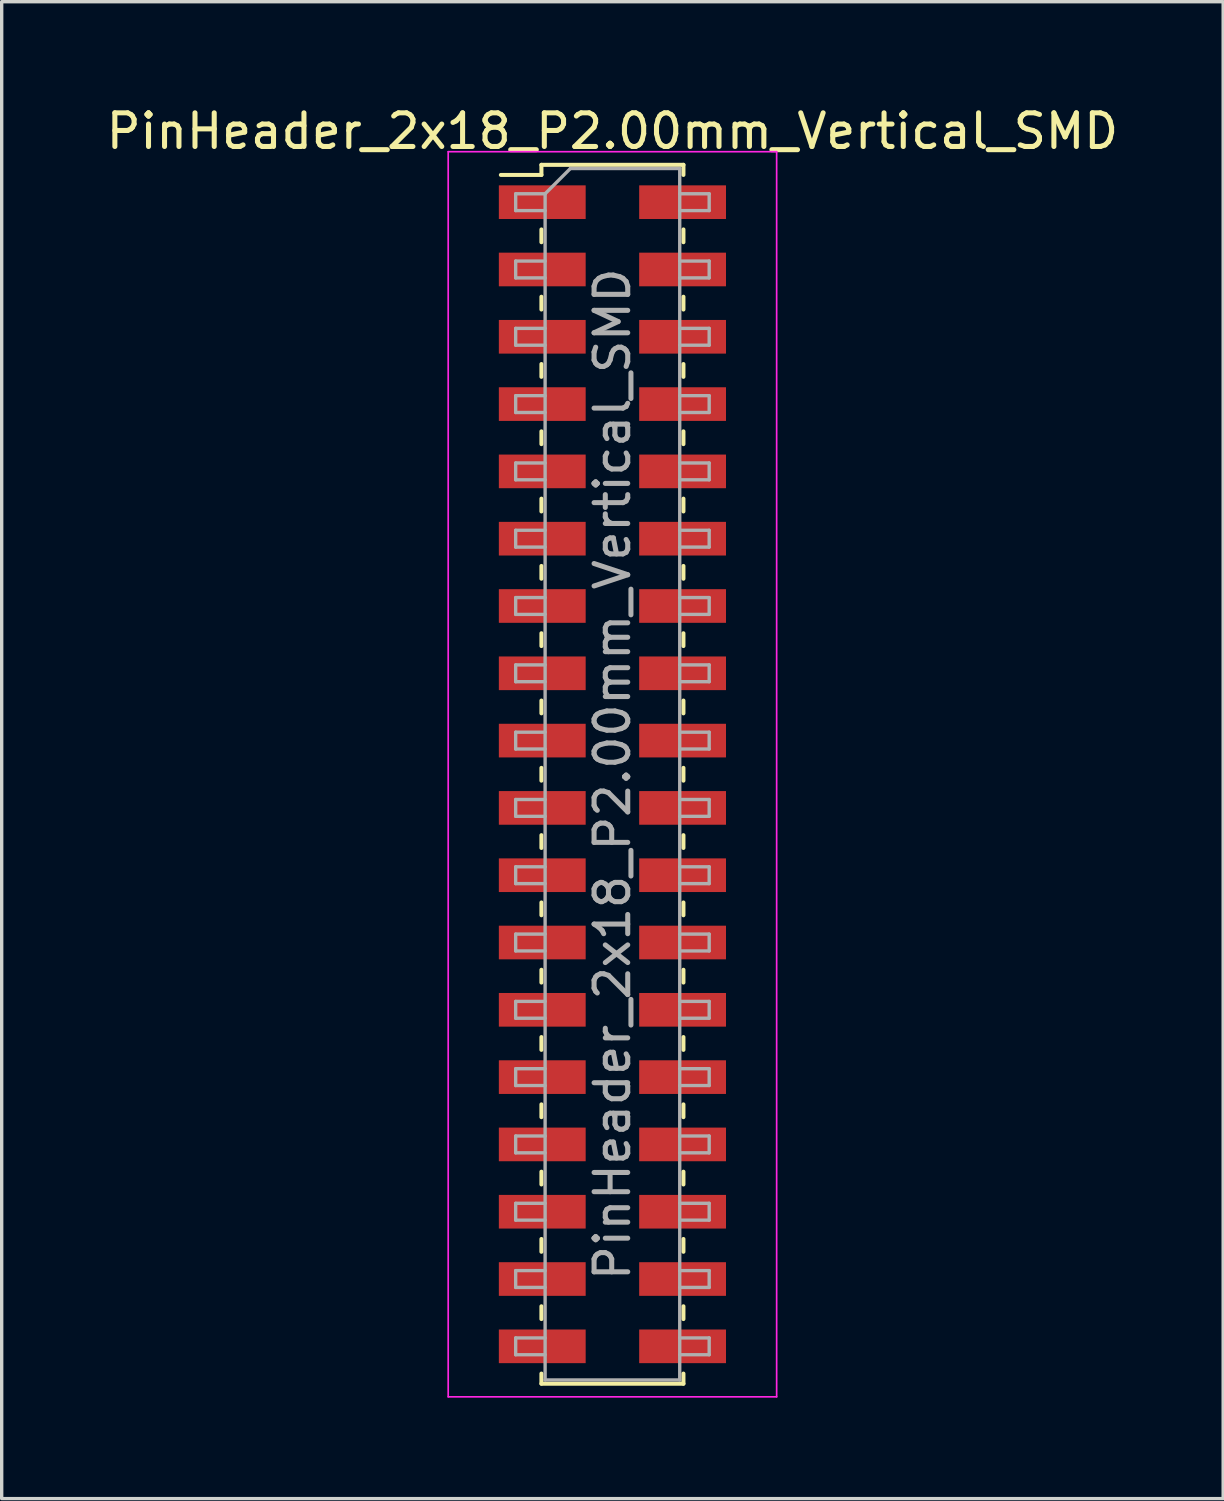
<source format=kicad_pcb>
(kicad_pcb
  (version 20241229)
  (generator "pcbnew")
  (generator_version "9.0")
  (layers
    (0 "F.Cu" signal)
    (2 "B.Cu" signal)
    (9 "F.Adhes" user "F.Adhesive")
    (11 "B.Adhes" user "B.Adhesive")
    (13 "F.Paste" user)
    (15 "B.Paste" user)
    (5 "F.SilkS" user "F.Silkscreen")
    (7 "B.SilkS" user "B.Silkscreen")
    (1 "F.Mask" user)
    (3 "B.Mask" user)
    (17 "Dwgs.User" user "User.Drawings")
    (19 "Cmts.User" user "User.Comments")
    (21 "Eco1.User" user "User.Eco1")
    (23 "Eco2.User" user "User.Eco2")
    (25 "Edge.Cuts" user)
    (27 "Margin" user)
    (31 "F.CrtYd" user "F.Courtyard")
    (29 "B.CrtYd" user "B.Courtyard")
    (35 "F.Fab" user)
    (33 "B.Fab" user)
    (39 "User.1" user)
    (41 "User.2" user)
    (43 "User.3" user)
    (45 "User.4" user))
  (footprint "PinHeader_2x18_P2.00mm_Vertical_SMD"
    (layer "F.Cu")
    (at 15.149 19.958)
    (property "Reference" "PinHeader_2x18_P2.00mm_Vertical_SMD" (at 0 -19.11 0) (layer "F.SilkS") (effects (font (size 1 1) (thickness 0.15))))
    (attr smd)
    (fp_line (start -3.315 -17.81) (end -2.11 -17.81) (stroke (width 0.12) (type solid)) (layer "F.SilkS"))
    (fp_line (start -2.11 -18.11) (end -2.11 -17.81) (stroke (width 0.12) (type solid)) (layer "F.SilkS"))
    (fp_line (start -2.11 -18.11) (end 2.11 -18.11) (stroke (width 0.12) (type solid)) (layer "F.SilkS"))
    (fp_line (start -2.11 -16.19) (end -2.11 -15.81) (stroke (width 0.12) (type solid)) (layer "F.SilkS"))
    (fp_line (start -2.11 -14.19) (end -2.11 -13.81) (stroke (width 0.12) (type solid)) (layer "F.SilkS"))
    (fp_line (start -2.11 -12.19) (end -2.11 -11.81) (stroke (width 0.12) (type solid)) (layer "F.SilkS"))
    (fp_line (start -2.11 -10.19) (end -2.11 -9.81) (stroke (width 0.12) (type solid)) (layer "F.SilkS"))
    (fp_line (start -2.11 -8.19) (end -2.11 -7.81) (stroke (width 0.12) (type solid)) (layer "F.SilkS"))
    (fp_line (start -2.11 -6.19) (end -2.11 -5.81) (stroke (width 0.12) (type solid)) (layer "F.SilkS"))
    (fp_line (start -2.11 -4.19) (end -2.11 -3.81) (stroke (width 0.12) (type solid)) (layer "F.SilkS"))
    (fp_line (start -2.11 -2.19) (end -2.11 -1.81) (stroke (width 0.12) (type solid)) (layer "F.SilkS"))
    (fp_line (start -2.11 -0.19) (end -2.11 0.19) (stroke (width 0.12) (type solid)) (layer "F.SilkS"))
    (fp_line (start -2.11 1.81) (end -2.11 2.19) (stroke (width 0.12) (type solid)) (layer "F.SilkS"))
    (fp_line (start -2.11 3.81) (end -2.11 4.19) (stroke (width 0.12) (type solid)) (layer "F.SilkS"))
    (fp_line (start -2.11 5.81) (end -2.11 6.19) (stroke (width 0.12) (type solid)) (layer "F.SilkS"))
    (fp_line (start -2.11 7.81) (end -2.11 8.19) (stroke (width 0.12) (type solid)) (layer "F.SilkS"))
    (fp_line (start -2.11 9.81) (end -2.11 10.19) (stroke (width 0.12) (type solid)) (layer "F.SilkS"))
    (fp_line (start -2.11 11.81) (end -2.11 12.19) (stroke (width 0.12) (type solid)) (layer "F.SilkS"))
    (fp_line (start -2.11 13.81) (end -2.11 14.19) (stroke (width 0.12) (type solid)) (layer "F.SilkS"))
    (fp_line (start -2.11 15.81) (end -2.11 16.19) (stroke (width 0.12) (type solid)) (layer "F.SilkS"))
    (fp_line (start -2.11 17.81) (end -2.11 18.11) (stroke (width 0.12) (type solid)) (layer "F.SilkS"))
    (fp_line (start -2.11 18.11) (end 2.11 18.11) (stroke (width 0.12) (type solid)) (layer "F.SilkS"))
    (fp_line (start 2.11 -18.11) (end 2.11 -17.81) (stroke (width 0.12) (type solid)) (layer "F.SilkS"))
    (fp_line (start 2.11 -16.19) (end 2.11 -15.81) (stroke (width 0.12) (type solid)) (layer "F.SilkS"))
    (fp_line (start 2.11 -14.19) (end 2.11 -13.81) (stroke (width 0.12) (type solid)) (layer "F.SilkS"))
    (fp_line (start 2.11 -12.19) (end 2.11 -11.81) (stroke (width 0.12) (type solid)) (layer "F.SilkS"))
    (fp_line (start 2.11 -10.19) (end 2.11 -9.81) (stroke (width 0.12) (type solid)) (layer "F.SilkS"))
    (fp_line (start 2.11 -8.19) (end 2.11 -7.81) (stroke (width 0.12) (type solid)) (layer "F.SilkS"))
    (fp_line (start 2.11 -6.19) (end 2.11 -5.81) (stroke (width 0.12) (type solid)) (layer "F.SilkS"))
    (fp_line (start 2.11 -4.19) (end 2.11 -3.81) (stroke (width 0.12) (type solid)) (layer "F.SilkS"))
    (fp_line (start 2.11 -2.19) (end 2.11 -1.81) (stroke (width 0.12) (type solid)) (layer "F.SilkS"))
    (fp_line (start 2.11 -0.19) (end 2.11 0.19) (stroke (width 0.12) (type solid)) (layer "F.SilkS"))
    (fp_line (start 2.11 1.81) (end 2.11 2.19) (stroke (width 0.12) (type solid)) (layer "F.SilkS"))
    (fp_line (start 2.11 3.81) (end 2.11 4.19) (stroke (width 0.12) (type solid)) (layer "F.SilkS"))
    (fp_line (start 2.11 5.81) (end 2.11 6.19) (stroke (width 0.12) (type solid)) (layer "F.SilkS"))
    (fp_line (start 2.11 7.81) (end 2.11 8.19) (stroke (width 0.12) (type solid)) (layer "F.SilkS"))
    (fp_line (start 2.11 9.81) (end 2.11 10.19) (stroke (width 0.12) (type solid)) (layer "F.SilkS"))
    (fp_line (start 2.11 11.81) (end 2.11 12.19) (stroke (width 0.12) (type solid)) (layer "F.SilkS"))
    (fp_line (start 2.11 13.81) (end 2.11 14.19) (stroke (width 0.12) (type solid)) (layer "F.SilkS"))
    (fp_line (start 2.11 15.81) (end 2.11 16.19) (stroke (width 0.12) (type solid)) (layer "F.SilkS"))
    (fp_line (start 2.11 17.81) (end 2.11 18.11) (stroke (width 0.12) (type solid)) (layer "F.SilkS"))
    (fp_line (start -4.88 -18.5) (end -4.88 18.5) (stroke (width 0.05) (type solid)) (layer "F.CrtYd"))
    (fp_line (start -4.88 18.5) (end 4.88 18.5) (stroke (width 0.05) (type solid)) (layer "F.CrtYd"))
    (fp_line (start 4.88 -18.5) (end -4.88 -18.5) (stroke (width 0.05) (type solid)) (layer "F.CrtYd"))
    (fp_line (start 4.88 18.5) (end 4.88 -18.5) (stroke (width 0.05) (type solid)) (layer "F.CrtYd"))
    (fp_line (start -2.875 -17.25) (end -2.875 -16.75) (stroke (width 0.1) (type solid)) (layer "F.Fab"))
    (fp_line (start -2.875 -16.75) (end -2 -16.75) (stroke (width 0.1) (type solid)) (layer "F.Fab"))
    (fp_line (start -2.875 -15.25) (end -2.875 -14.75) (stroke (width 0.1) (type solid)) (layer "F.Fab"))
    (fp_line (start -2.875 -14.75) (end -2 -14.75) (stroke (width 0.1) (type solid)) (layer "F.Fab"))
    (fp_line (start -2.875 -13.25) (end -2.875 -12.75) (stroke (width 0.1) (type solid)) (layer "F.Fab"))
    (fp_line (start -2.875 -12.75) (end -2 -12.75) (stroke (width 0.1) (type solid)) (layer "F.Fab"))
    (fp_line (start -2.875 -11.25) (end -2.875 -10.75) (stroke (width 0.1) (type solid)) (layer "F.Fab"))
    (fp_line (start -2.875 -10.75) (end -2 -10.75) (stroke (width 0.1) (type solid)) (layer "F.Fab"))
    (fp_line (start -2.875 -9.25) (end -2.875 -8.75) (stroke (width 0.1) (type solid)) (layer "F.Fab"))
    (fp_line (start -2.875 -8.75) (end -2 -8.75) (stroke (width 0.1) (type solid)) (layer "F.Fab"))
    (fp_line (start -2.875 -7.25) (end -2.875 -6.75) (stroke (width 0.1) (type solid)) (layer "F.Fab"))
    (fp_line (start -2.875 -6.75) (end -2 -6.75) (stroke (width 0.1) (type solid)) (layer "F.Fab"))
    (fp_line (start -2.875 -5.25) (end -2.875 -4.75) (stroke (width 0.1) (type solid)) (layer "F.Fab"))
    (fp_line (start -2.875 -4.75) (end -2 -4.75) (stroke (width 0.1) (type solid)) (layer "F.Fab"))
    (fp_line (start -2.875 -3.25) (end -2.875 -2.75) (stroke (width 0.1) (type solid)) (layer "F.Fab"))
    (fp_line (start -2.875 -2.75) (end -2 -2.75) (stroke (width 0.1) (type solid)) (layer "F.Fab"))
    (fp_line (start -2.875 -1.25) (end -2.875 -0.75) (stroke (width 0.1) (type solid)) (layer "F.Fab"))
    (fp_line (start -2.875 -0.75) (end -2 -0.75) (stroke (width 0.1) (type solid)) (layer "F.Fab"))
    (fp_line (start -2.875 0.75) (end -2.875 1.25) (stroke (width 0.1) (type solid)) (layer "F.Fab"))
    (fp_line (start -2.875 1.25) (end -2 1.25) (stroke (width 0.1) (type solid)) (layer "F.Fab"))
    (fp_line (start -2.875 2.75) (end -2.875 3.25) (stroke (width 0.1) (type solid)) (layer "F.Fab"))
    (fp_line (start -2.875 3.25) (end -2 3.25) (stroke (width 0.1) (type solid)) (layer "F.Fab"))
    (fp_line (start -2.875 4.75) (end -2.875 5.25) (stroke (width 0.1) (type solid)) (layer "F.Fab"))
    (fp_line (start -2.875 5.25) (end -2 5.25) (stroke (width 0.1) (type solid)) (layer "F.Fab"))
    (fp_line (start -2.875 6.75) (end -2.875 7.25) (stroke (width 0.1) (type solid)) (layer "F.Fab"))
    (fp_line (start -2.875 7.25) (end -2 7.25) (stroke (width 0.1) (type solid)) (layer "F.Fab"))
    (fp_line (start -2.875 8.75) (end -2.875 9.25) (stroke (width 0.1) (type solid)) (layer "F.Fab"))
    (fp_line (start -2.875 9.25) (end -2 9.25) (stroke (width 0.1) (type solid)) (layer "F.Fab"))
    (fp_line (start -2.875 10.75) (end -2.875 11.25) (stroke (width 0.1) (type solid)) (layer "F.Fab"))
    (fp_line (start -2.875 11.25) (end -2 11.25) (stroke (width 0.1) (type solid)) (layer "F.Fab"))
    (fp_line (start -2.875 12.75) (end -2.875 13.25) (stroke (width 0.1) (type solid)) (layer "F.Fab"))
    (fp_line (start -2.875 13.25) (end -2 13.25) (stroke (width 0.1) (type solid)) (layer "F.Fab"))
    (fp_line (start -2.875 14.75) (end -2.875 15.25) (stroke (width 0.1) (type solid)) (layer "F.Fab"))
    (fp_line (start -2.875 15.25) (end -2 15.25) (stroke (width 0.1) (type solid)) (layer "F.Fab"))
    (fp_line (start -2.875 16.75) (end -2.875 17.25) (stroke (width 0.1) (type solid)) (layer "F.Fab"))
    (fp_line (start -2.875 17.25) (end -2 17.25) (stroke (width 0.1) (type solid)) (layer "F.Fab"))
    (fp_line (start -2 -17.25) (end -2.875 -17.25) (stroke (width 0.1) (type solid)) (layer "F.Fab"))
    (fp_line (start -2 -17.25) (end -1.25 -18) (stroke (width 0.1) (type solid)) (layer "F.Fab"))
    (fp_line (start -2 -15.25) (end -2.875 -15.25) (stroke (width 0.1) (type solid)) (layer "F.Fab"))
    (fp_line (start -2 -13.25) (end -2.875 -13.25) (stroke (width 0.1) (type solid)) (layer "F.Fab"))
    (fp_line (start -2 -11.25) (end -2.875 -11.25) (stroke (width 0.1) (type solid)) (layer "F.Fab"))
    (fp_line (start -2 -9.25) (end -2.875 -9.25) (stroke (width 0.1) (type solid)) (layer "F.Fab"))
    (fp_line (start -2 -7.25) (end -2.875 -7.25) (stroke (width 0.1) (type solid)) (layer "F.Fab"))
    (fp_line (start -2 -5.25) (end -2.875 -5.25) (stroke (width 0.1) (type solid)) (layer "F.Fab"))
    (fp_line (start -2 -3.25) (end -2.875 -3.25) (stroke (width 0.1) (type solid)) (layer "F.Fab"))
    (fp_line (start -2 -1.25) (end -2.875 -1.25) (stroke (width 0.1) (type solid)) (layer "F.Fab"))
    (fp_line (start -2 0.75) (end -2.875 0.75) (stroke (width 0.1) (type solid)) (layer "F.Fab"))
    (fp_line (start -2 2.75) (end -2.875 2.75) (stroke (width 0.1) (type solid)) (layer "F.Fab"))
    (fp_line (start -2 4.75) (end -2.875 4.75) (stroke (width 0.1) (type solid)) (layer "F.Fab"))
    (fp_line (start -2 6.75) (end -2.875 6.75) (stroke (width 0.1) (type solid)) (layer "F.Fab"))
    (fp_line (start -2 8.75) (end -2.875 8.75) (stroke (width 0.1) (type solid)) (layer "F.Fab"))
    (fp_line (start -2 10.75) (end -2.875 10.75) (stroke (width 0.1) (type solid)) (layer "F.Fab"))
    (fp_line (start -2 12.75) (end -2.875 12.75) (stroke (width 0.1) (type solid)) (layer "F.Fab"))
    (fp_line (start -2 14.75) (end -2.875 14.75) (stroke (width 0.1) (type solid)) (layer "F.Fab"))
    (fp_line (start -2 16.75) (end -2.875 16.75) (stroke (width 0.1) (type solid)) (layer "F.Fab"))
    (fp_line (start -2 18) (end -2 -17.25) (stroke (width 0.1) (type solid)) (layer "F.Fab"))
    (fp_line (start -1.25 -18) (end 2 -18) (stroke (width 0.1) (type solid)) (layer "F.Fab"))
    (fp_line (start 2 -18) (end 2 18) (stroke (width 0.1) (type solid)) (layer "F.Fab"))
    (fp_line (start 2 -17.25) (end 2.875 -17.25) (stroke (width 0.1) (type solid)) (layer "F.Fab"))
    (fp_line (start 2 -15.25) (end 2.875 -15.25) (stroke (width 0.1) (type solid)) (layer "F.Fab"))
    (fp_line (start 2 -13.25) (end 2.875 -13.25) (stroke (width 0.1) (type solid)) (layer "F.Fab"))
    (fp_line (start 2 -11.25) (end 2.875 -11.25) (stroke (width 0.1) (type solid)) (layer "F.Fab"))
    (fp_line (start 2 -9.25) (end 2.875 -9.25) (stroke (width 0.1) (type solid)) (layer "F.Fab"))
    (fp_line (start 2 -7.25) (end 2.875 -7.25) (stroke (width 0.1) (type solid)) (layer "F.Fab"))
    (fp_line (start 2 -5.25) (end 2.875 -5.25) (stroke (width 0.1) (type solid)) (layer "F.Fab"))
    (fp_line (start 2 -3.25) (end 2.875 -3.25) (stroke (width 0.1) (type solid)) (layer "F.Fab"))
    (fp_line (start 2 -1.25) (end 2.875 -1.25) (stroke (width 0.1) (type solid)) (layer "F.Fab"))
    (fp_line (start 2 0.75) (end 2.875 0.75) (stroke (width 0.1) (type solid)) (layer "F.Fab"))
    (fp_line (start 2 2.75) (end 2.875 2.75) (stroke (width 0.1) (type solid)) (layer "F.Fab"))
    (fp_line (start 2 4.75) (end 2.875 4.75) (stroke (width 0.1) (type solid)) (layer "F.Fab"))
    (fp_line (start 2 6.75) (end 2.875 6.75) (stroke (width 0.1) (type solid)) (layer "F.Fab"))
    (fp_line (start 2 8.75) (end 2.875 8.75) (stroke (width 0.1) (type solid)) (layer "F.Fab"))
    (fp_line (start 2 10.75) (end 2.875 10.75) (stroke (width 0.1) (type solid)) (layer "F.Fab"))
    (fp_line (start 2 12.75) (end 2.875 12.75) (stroke (width 0.1) (type solid)) (layer "F.Fab"))
    (fp_line (start 2 14.75) (end 2.875 14.75) (stroke (width 0.1) (type solid)) (layer "F.Fab"))
    (fp_line (start 2 16.75) (end 2.875 16.75) (stroke (width 0.1) (type solid)) (layer "F.Fab"))
    (fp_line (start 2 18) (end -2 18) (stroke (width 0.1) (type solid)) (layer "F.Fab"))
    (fp_line (start 2.875 -17.25) (end 2.875 -16.75) (stroke (width 0.1) (type solid)) (layer "F.Fab"))
    (fp_line (start 2.875 -16.75) (end 2 -16.75) (stroke (width 0.1) (type solid)) (layer "F.Fab"))
    (fp_line (start 2.875 -15.25) (end 2.875 -14.75) (stroke (width 0.1) (type solid)) (layer "F.Fab"))
    (fp_line (start 2.875 -14.75) (end 2 -14.75) (stroke (width 0.1) (type solid)) (layer "F.Fab"))
    (fp_line (start 2.875 -13.25) (end 2.875 -12.75) (stroke (width 0.1) (type solid)) (layer "F.Fab"))
    (fp_line (start 2.875 -12.75) (end 2 -12.75) (stroke (width 0.1) (type solid)) (layer "F.Fab"))
    (fp_line (start 2.875 -11.25) (end 2.875 -10.75) (stroke (width 0.1) (type solid)) (layer "F.Fab"))
    (fp_line (start 2.875 -10.75) (end 2 -10.75) (stroke (width 0.1) (type solid)) (layer "F.Fab"))
    (fp_line (start 2.875 -9.25) (end 2.875 -8.75) (stroke (width 0.1) (type solid)) (layer "F.Fab"))
    (fp_line (start 2.875 -8.75) (end 2 -8.75) (stroke (width 0.1) (type solid)) (layer "F.Fab"))
    (fp_line (start 2.875 -7.25) (end 2.875 -6.75) (stroke (width 0.1) (type solid)) (layer "F.Fab"))
    (fp_line (start 2.875 -6.75) (end 2 -6.75) (stroke (width 0.1) (type solid)) (layer "F.Fab"))
    (fp_line (start 2.875 -5.25) (end 2.875 -4.75) (stroke (width 0.1) (type solid)) (layer "F.Fab"))
    (fp_line (start 2.875 -4.75) (end 2 -4.75) (stroke (width 0.1) (type solid)) (layer "F.Fab"))
    (fp_line (start 2.875 -3.25) (end 2.875 -2.75) (stroke (width 0.1) (type solid)) (layer "F.Fab"))
    (fp_line (start 2.875 -2.75) (end 2 -2.75) (stroke (width 0.1) (type solid)) (layer "F.Fab"))
    (fp_line (start 2.875 -1.25) (end 2.875 -0.75) (stroke (width 0.1) (type solid)) (layer "F.Fab"))
    (fp_line (start 2.875 -0.75) (end 2 -0.75) (stroke (width 0.1) (type solid)) (layer "F.Fab"))
    (fp_line (start 2.875 0.75) (end 2.875 1.25) (stroke (width 0.1) (type solid)) (layer "F.Fab"))
    (fp_line (start 2.875 1.25) (end 2 1.25) (stroke (width 0.1) (type solid)) (layer "F.Fab"))
    (fp_line (start 2.875 2.75) (end 2.875 3.25) (stroke (width 0.1) (type solid)) (layer "F.Fab"))
    (fp_line (start 2.875 3.25) (end 2 3.25) (stroke (width 0.1) (type solid)) (layer "F.Fab"))
    (fp_line (start 2.875 4.75) (end 2.875 5.25) (stroke (width 0.1) (type solid)) (layer "F.Fab"))
    (fp_line (start 2.875 5.25) (end 2 5.25) (stroke (width 0.1) (type solid)) (layer "F.Fab"))
    (fp_line (start 2.875 6.75) (end 2.875 7.25) (stroke (width 0.1) (type solid)) (layer "F.Fab"))
    (fp_line (start 2.875 7.25) (end 2 7.25) (stroke (width 0.1) (type solid)) (layer "F.Fab"))
    (fp_line (start 2.875 8.75) (end 2.875 9.25) (stroke (width 0.1) (type solid)) (layer "F.Fab"))
    (fp_line (start 2.875 9.25) (end 2 9.25) (stroke (width 0.1) (type solid)) (layer "F.Fab"))
    (fp_line (start 2.875 10.75) (end 2.875 11.25) (stroke (width 0.1) (type solid)) (layer "F.Fab"))
    (fp_line (start 2.875 11.25) (end 2 11.25) (stroke (width 0.1) (type solid)) (layer "F.Fab"))
    (fp_line (start 2.875 12.75) (end 2.875 13.25) (stroke (width 0.1) (type solid)) (layer "F.Fab"))
    (fp_line (start 2.875 13.25) (end 2 13.25) (stroke (width 0.1) (type solid)) (layer "F.Fab"))
    (fp_line (start 2.875 14.75) (end 2.875 15.25) (stroke (width 0.1) (type solid)) (layer "F.Fab"))
    (fp_line (start 2.875 15.25) (end 2 15.25) (stroke (width 0.1) (type solid)) (layer "F.Fab"))
    (fp_line (start 2.875 16.75) (end 2.875 17.25) (stroke (width 0.1) (type solid)) (layer "F.Fab"))
    (fp_line (start 2.875 17.25) (end 2 17.25) (stroke (width 0.1) (type solid)) (layer "F.Fab"))
    (fp_text user "${REFERENCE}" (at 0 0 90) (layer "F.Fab") (effects (font (size 1 1) (thickness 0.15))))
    (pad "1" smd rect (at -2.085 -17) (size 2.58 1) (layers "F.Cu" "F.Mask" "F.Paste"))
    (pad "2" smd rect (at 2.085 -17) (size 2.58 1) (layers "F.Cu" "F.Mask" "F.Paste"))
    (pad "3" smd rect (at -2.085 -15) (size 2.58 1) (layers "F.Cu" "F.Mask" "F.Paste"))
    (pad "4" smd rect (at 2.085 -15) (size 2.58 1) (layers "F.Cu" "F.Mask" "F.Paste"))
    (pad "5" smd rect (at -2.085 -13) (size 2.58 1) (layers "F.Cu" "F.Mask" "F.Paste"))
    (pad "6" smd rect (at 2.085 -13) (size 2.58 1) (layers "F.Cu" "F.Mask" "F.Paste"))
    (pad "7" smd rect (at -2.085 -11) (size 2.58 1) (layers "F.Cu" "F.Mask" "F.Paste"))
    (pad "8" smd rect (at 2.085 -11) (size 2.58 1) (layers "F.Cu" "F.Mask" "F.Paste"))
    (pad "9" smd rect (at -2.085 -9) (size 2.58 1) (layers "F.Cu" "F.Mask" "F.Paste"))
    (pad "10" smd rect (at 2.085 -9) (size 2.58 1) (layers "F.Cu" "F.Mask" "F.Paste"))
    (pad "11" smd rect (at -2.085 -7) (size 2.58 1) (layers "F.Cu" "F.Mask" "F.Paste"))
    (pad "12" smd rect (at 2.085 -7) (size 2.58 1) (layers "F.Cu" "F.Mask" "F.Paste"))
    (pad "13" smd rect (at -2.085 -5) (size 2.58 1) (layers "F.Cu" "F.Mask" "F.Paste"))
    (pad "14" smd rect (at 2.085 -5) (size 2.58 1) (layers "F.Cu" "F.Mask" "F.Paste"))
    (pad "15" smd rect (at -2.085 -3) (size 2.58 1) (layers "F.Cu" "F.Mask" "F.Paste"))
    (pad "16" smd rect (at 2.085 -3) (size 2.58 1) (layers "F.Cu" "F.Mask" "F.Paste"))
    (pad "17" smd rect (at -2.085 -1) (size 2.58 1) (layers "F.Cu" "F.Mask" "F.Paste"))
    (pad "18" smd rect (at 2.085 -1) (size 2.58 1) (layers "F.Cu" "F.Mask" "F.Paste"))
    (pad "19" smd rect (at -2.085 1) (size 2.58 1) (layers "F.Cu" "F.Mask" "F.Paste"))
    (pad "20" smd rect (at 2.085 1) (size 2.58 1) (layers "F.Cu" "F.Mask" "F.Paste"))
    (pad "21" smd rect (at -2.085 3) (size 2.58 1) (layers "F.Cu" "F.Mask" "F.Paste"))
    (pad "22" smd rect (at 2.085 3) (size 2.58 1) (layers "F.Cu" "F.Mask" "F.Paste"))
    (pad "23" smd rect (at -2.085 5) (size 2.58 1) (layers "F.Cu" "F.Mask" "F.Paste"))
    (pad "24" smd rect (at 2.085 5) (size 2.58 1) (layers "F.Cu" "F.Mask" "F.Paste"))
    (pad "25" smd rect (at -2.085 7) (size 2.58 1) (layers "F.Cu" "F.Mask" "F.Paste"))
    (pad "26" smd rect (at 2.085 7) (size 2.58 1) (layers "F.Cu" "F.Mask" "F.Paste"))
    (pad "27" smd rect (at -2.085 9) (size 2.58 1) (layers "F.Cu" "F.Mask" "F.Paste"))
    (pad "28" smd rect (at 2.085 9) (size 2.58 1) (layers "F.Cu" "F.Mask" "F.Paste"))
    (pad "29" smd rect (at -2.085 11) (size 2.58 1) (layers "F.Cu" "F.Mask" "F.Paste"))
    (pad "30" smd rect (at 2.085 11) (size 2.58 1) (layers "F.Cu" "F.Mask" "F.Paste"))
    (pad "31" smd rect (at -2.085 13) (size 2.58 1) (layers "F.Cu" "F.Mask" "F.Paste"))
    (pad "32" smd rect (at 2.085 13) (size 2.58 1) (layers "F.Cu" "F.Mask" "F.Paste"))
    (pad "33" smd rect (at -2.085 15) (size 2.58 1) (layers "F.Cu" "F.Mask" "F.Paste"))
    (pad "34" smd rect (at 2.085 15) (size 2.58 1) (layers "F.Cu" "F.Mask" "F.Paste"))
    (pad "35" smd rect (at -2.085 17) (size 2.58 1) (layers "F.Cu" "F.Mask" "F.Paste"))
    (pad "36" smd rect (at 2.085 17) (size 2.58 1) (layers "F.Cu" "F.Mask" "F.Paste")))
  (gr_rect
    (start -3 -3)
    (end 33.298 41.483)
    (stroke (width 0.1) (type default))
    (fill no)
    (layer "Edge.Cuts")))
</source>
